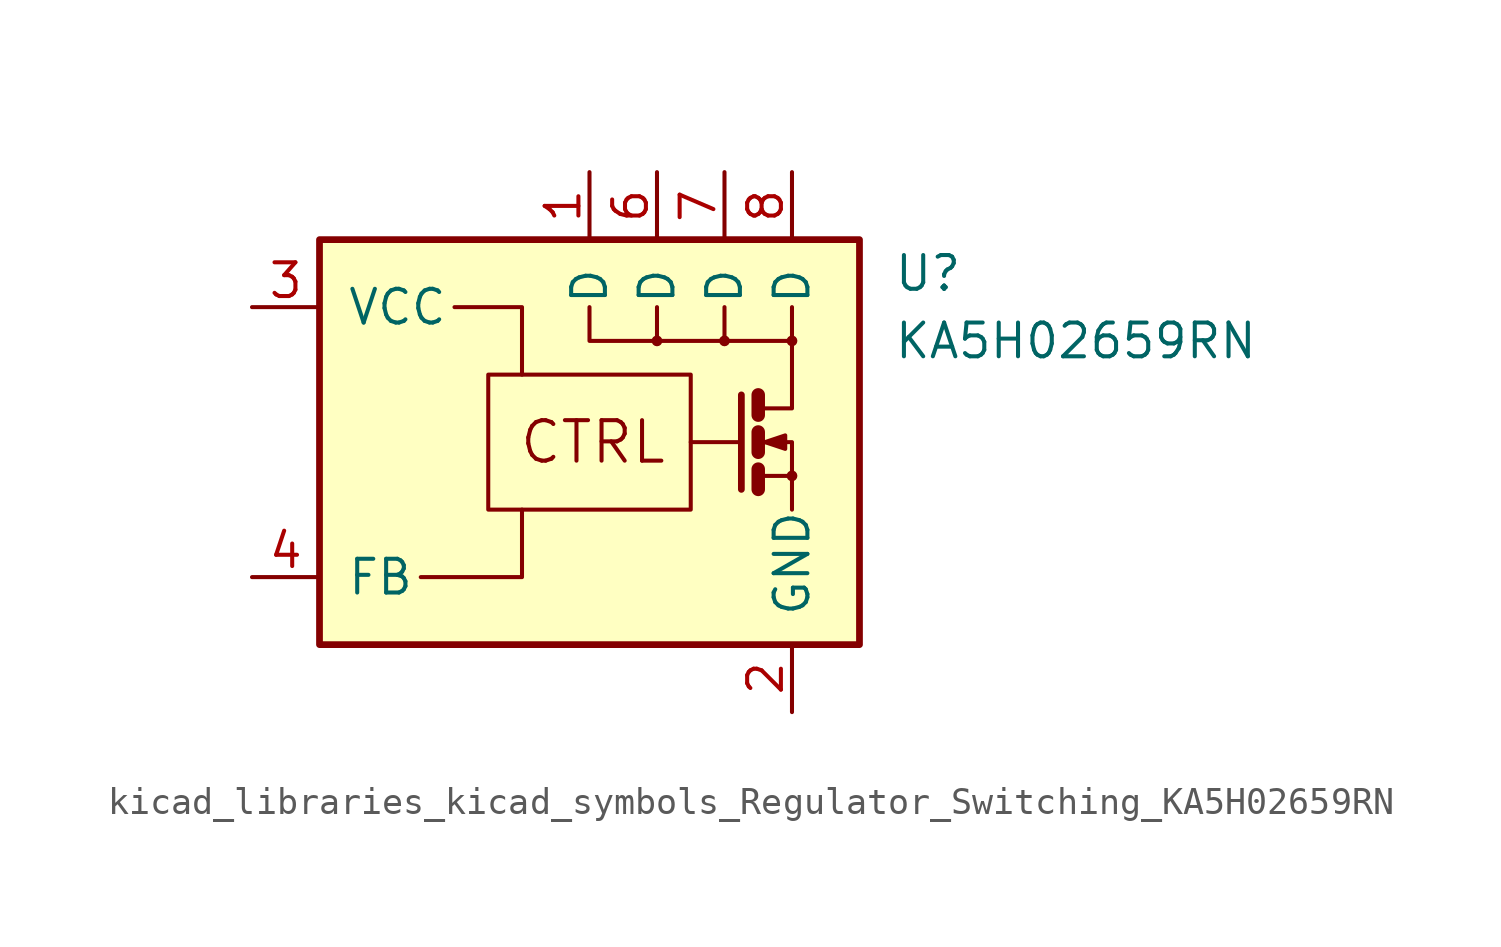
<source format=kicad_sym>
(kicad_symbol_lib
  (version 20220914)
  (generator kicad_symbol_editor)
  (symbol "kicad_libraries_kicad_symbols_Regulator_Switching_KA5H02659RN"
    (pin_names
      (offset 1.016))
    (property "Reference" "U"
      (at 11.43 6.35 0)
      (effects (font (size 1.27 1.27)) (justify left)))
    (property "Value" "KA5H02659RN"
      (at 11.43 3.81 0)
      (effects (font (size 1.27 1.27)) (justify left)))
    (symbol "kicad_libraries_kicad_symbols_Regulator_Switching_KA5H02659RN_0_0"
      (rectangle (start -10.16 7.62) (end 10.16 -7.62) (stroke (width 0.254) (type default)) (fill (type background)))
      (rectangle (start -3.81 2.54) (end 3.81 -2.54) (stroke (width 0) (type default)) (fill (type none)))
      (polyline (pts (xy 2.54 5.08) (xy 2.54 3.81)) (stroke (width 0) (type default)) (fill (type none)))
      (polyline (pts (xy 3.81 0) (xy 5.715 0)) (stroke (width 0) (type default)) (fill (type none)))
      (polyline (pts (xy 5.08 5.08) (xy 5.08 3.81)) (stroke (width 0) (type default)) (fill (type none)))
      (polyline (pts (xy 5.715 1.778) (xy 5.715 -1.778)) (stroke (width 0.254) (type default)) (fill (type none)))
      (polyline (pts (xy 6.35 -1.27) (xy 7.62 -1.27)) (stroke (width 0) (type default)) (fill (type none)))
      (polyline (pts (xy 6.35 -1.016) (xy 6.35 -1.778)) (stroke (width 0.508) (type default)) (fill (type none)))
      (polyline (pts (xy 6.35 0.381) (xy 6.35 -0.381)) (stroke (width 0.508) (type default)) (fill (type none)))
      (polyline (pts (xy 6.35 1.778) (xy 6.35 1.016)) (stroke (width 0.508) (type default)) (fill (type none)))
      (polyline (pts (xy 6.35 1.27) (xy 7.62 1.27) (xy 7.62 3.81)) (stroke (width 0) (type default)) (fill (type none)))
      (polyline (pts (xy 7.62 -2.54) (xy 7.62 0) (xy 6.35 0)) (stroke (width 0) (type default)) (fill (type none)))
      (polyline (pts (xy 0 5.08) (xy 0 3.81) (xy 7.62 3.81) (xy 7.62 5.08)) (stroke (width 0) (type default)) (fill (type none)))
      (polyline (pts (xy 6.604 0) (xy 7.366 0.254) (xy 7.366 -0.254) (xy 6.604 0)) (stroke (width 0) (type default)) (fill (type outline)))
      (circle (center 2.54 3.81) (radius 0.127) (stroke (width 0) (type default)) (fill (type none)))
      (circle (center 5.08 3.81) (radius 0.127) (stroke (width 0) (type default)) (fill (type none)))
      (circle (center 7.62 -1.27) (radius 0.127) (stroke (width 0) (type default)) (fill (type none)))
      (text "CTRL" (at 0.127 0 0) (effects (font (size 1.524 1.524)))))
    (symbol "kicad_libraries_kicad_symbols_Regulator_Switching_KA5H02659RN_0_1"
      (polyline (pts (xy -6.35 -5.08) (xy -2.54 -5.08) (xy -2.54 -2.54)) (stroke (width 0) (type default)) (fill (type none)))
      (polyline (pts (xy -5.08 5.08) (xy -2.54 5.08) (xy -2.54 2.54)) (stroke (width 0) (type default)) (fill (type none)))
      (circle (center 7.62 3.81) (radius 0.127) (stroke (width 0) (type default)) (fill (type none))))
    (symbol "kicad_libraries_kicad_symbols_Regulator_Switching_KA5H02659RN_1_1"
      (pin passive line (at 0 10.16 270) (length 2.54) (name "D" (effects (font (size 1.27 1.27)))) (number "1" (effects (font (size 1.27 1.27)))))
      (pin power_in line (at 7.62 -10.16 90) (length 2.54) (name "GND" (effects (font (size 1.27 1.27)))) (number "2" (effects (font (size 1.27 1.27)))))
      (pin power_in line (at -12.7 5.08 0) (length 2.54) (name "VCC" (effects (font (size 1.27 1.27)))) (number "3" (effects (font (size 1.27 1.27)))))
      (pin passive line (at -12.7 -5.08 0) (length 2.54) (name "FB" (effects (font (size 1.27 1.27)))) (number "4" (effects (font (size 1.27 1.27)))))
      (pin passive line (at 2.54 10.16 270) (length 2.54) (name "D" (effects (font (size 1.27 1.27)))) (number "6" (effects (font (size 1.27 1.27)))))
      (pin passive line (at 5.08 10.16 270) (length 2.54) (name "D" (effects (font (size 1.27 1.27)))) (number "7" (effects (font (size 1.27 1.27)))))
      (pin passive line (at 7.62 10.16 270) (length 2.54) (name "D" (effects (font (size 1.27 1.27)))) (number "8" (effects (font (size 1.27 1.27))))))))
</source>
